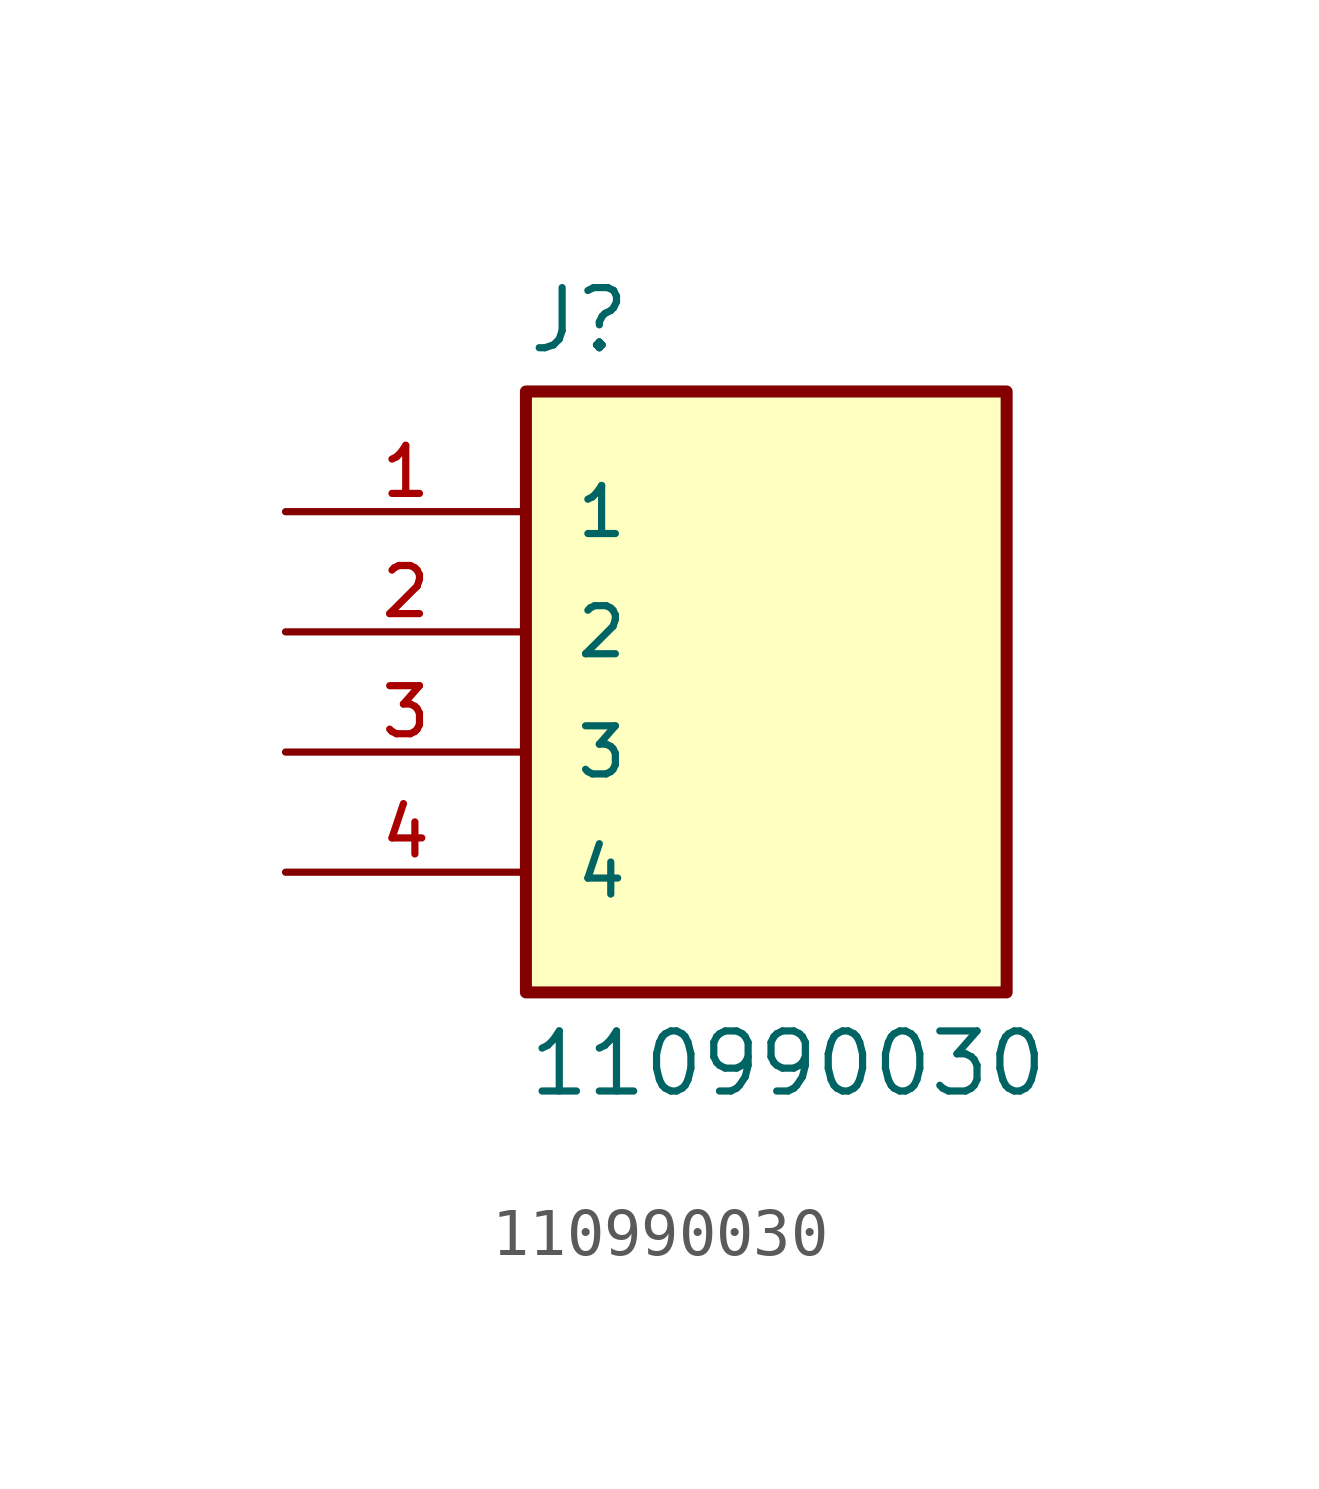
<source format=kicad_sym>
(kicad_symbol_lib
  (version 20211014)
  (generator kicad_symbol_editor)
  (symbol "110990030"
    (pin_names
      (offset 1.016))
    (property "Reference" "J"
      (at -5.08 5.842 0)
      (effects (font (size 1.27 1.27)) (justify bottom left)))
    (property "Value" "110990030"
      (at -5.08 -8.382 0)
      (effects (font (size 1.27 1.27)) (justify top left)))
    (symbol "110990030_0_0"
      (rectangle (start -5.08 -7.62) (end 5.08 5.08) (stroke (width 0.254)) (fill (type background)))
      (pin passive line (at -10.16 2.54 0) (length 5.08) (name "1" (effects (font (size 1.016 1.016)))) (number "1" (effects (font (size 1.016 1.016)))))
      (pin passive line (at -10.16 0.0 0) (length 5.08) (name "2" (effects (font (size 1.016 1.016)))) (number "2" (effects (font (size 1.016 1.016)))))
      (pin passive line (at -10.16 -2.54 0) (length 5.08) (name "3" (effects (font (size 1.016 1.016)))) (number "3" (effects (font (size 1.016 1.016)))))
      (pin passive line (at -10.16 -5.08 0) (length 5.08) (name "4" (effects (font (size 1.016 1.016)))) (number "4" (effects (font (size 1.016 1.016))))))))
</source>
